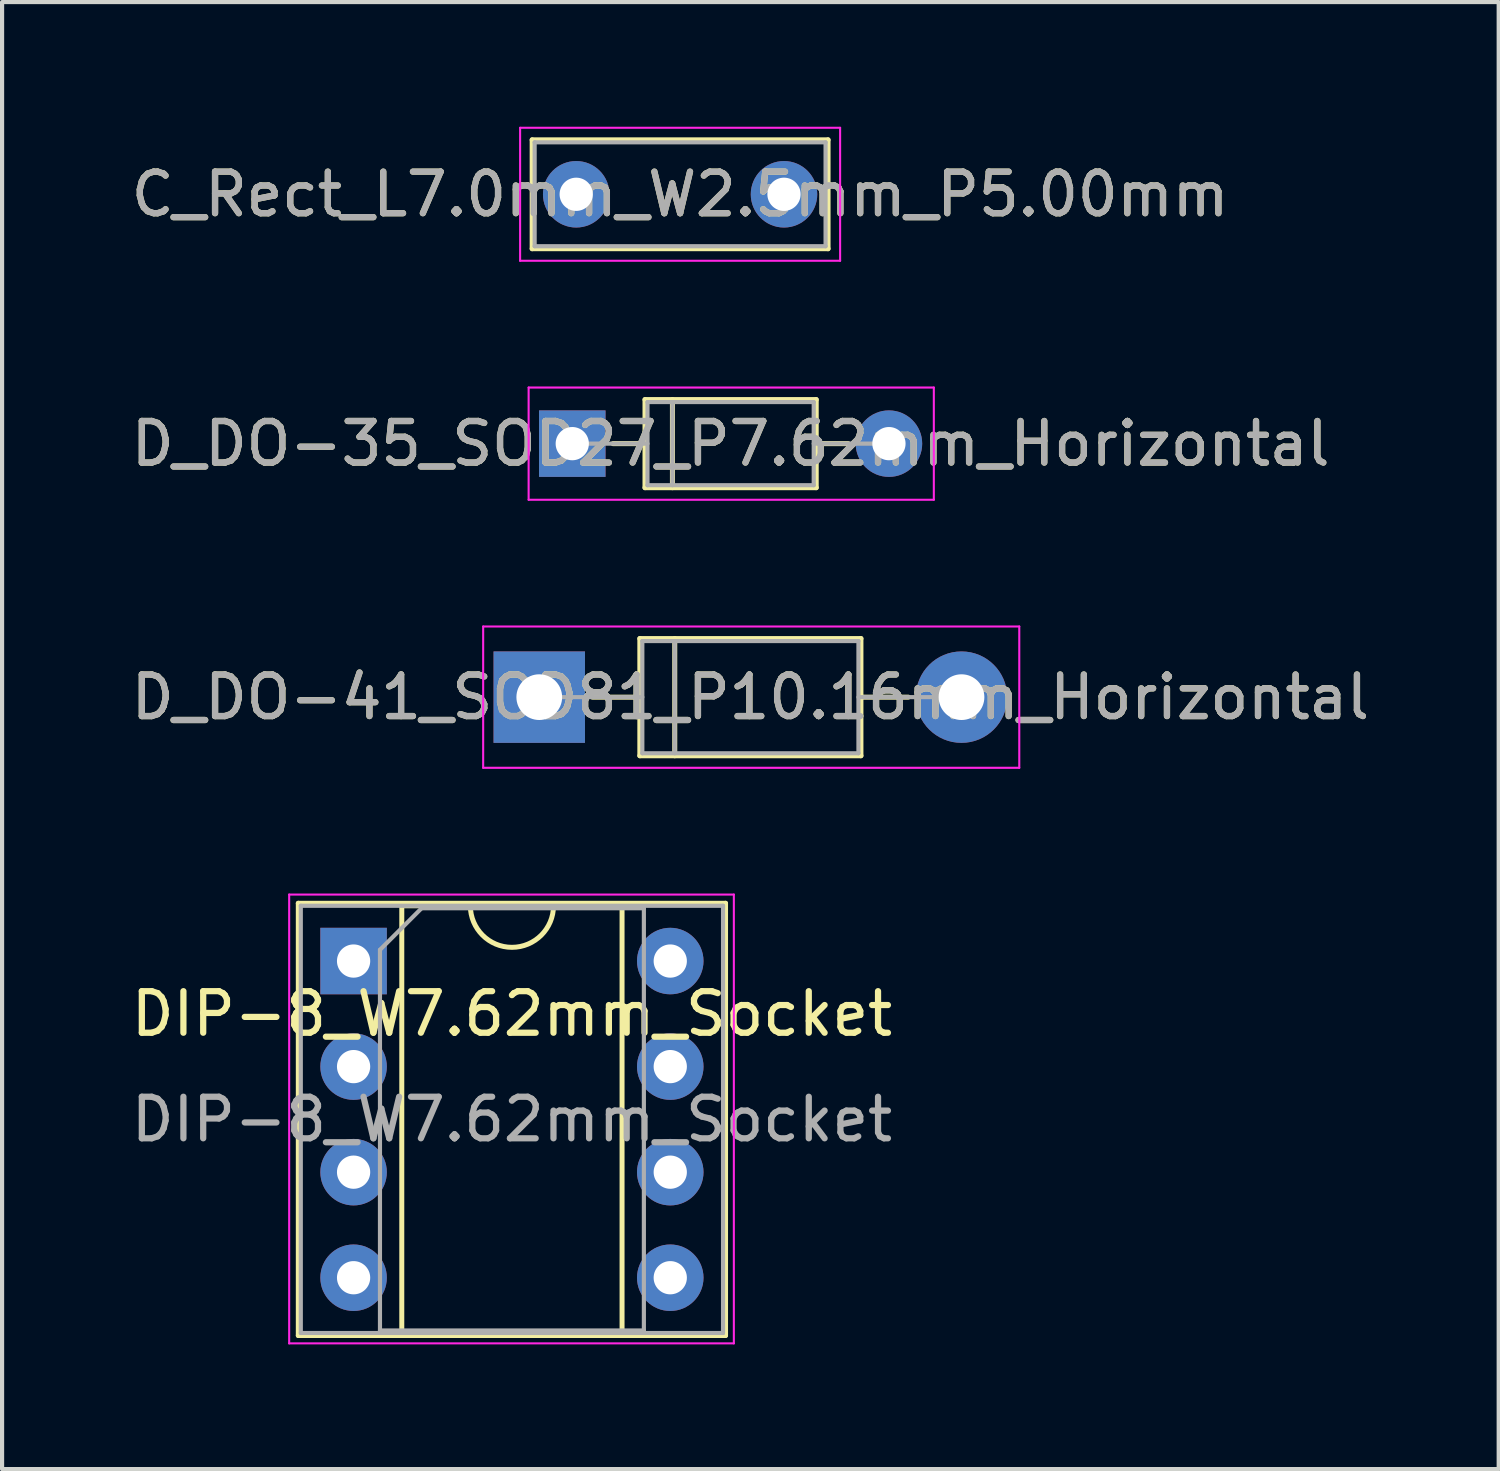
<source format=kicad_pcb>
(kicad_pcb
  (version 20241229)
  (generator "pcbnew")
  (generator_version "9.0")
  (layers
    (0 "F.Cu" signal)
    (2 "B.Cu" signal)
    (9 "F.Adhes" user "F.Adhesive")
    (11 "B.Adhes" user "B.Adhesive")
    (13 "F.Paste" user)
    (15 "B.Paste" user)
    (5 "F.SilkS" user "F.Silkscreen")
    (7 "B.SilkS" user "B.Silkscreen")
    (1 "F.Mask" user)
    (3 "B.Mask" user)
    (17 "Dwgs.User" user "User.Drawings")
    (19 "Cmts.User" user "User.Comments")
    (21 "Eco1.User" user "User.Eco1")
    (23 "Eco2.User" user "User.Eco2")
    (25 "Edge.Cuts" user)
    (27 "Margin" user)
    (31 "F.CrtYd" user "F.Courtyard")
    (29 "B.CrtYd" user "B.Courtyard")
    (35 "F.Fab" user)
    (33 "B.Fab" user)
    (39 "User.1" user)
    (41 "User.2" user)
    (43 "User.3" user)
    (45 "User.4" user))
  (footprint "DIP-8_W7.62mm_Socket"
    (layer "F.Cu")
    (at 5.458 20.075)
    (property "Reference" "DIP-8_W7.62mm_Socket" (at 3.81 1.27 0) (layer "F.SilkS") (effects (font (size 1 1) (thickness 0.15))))
    (attr through_hole)
    (fp_line (start -1.33 -1.39) (end -1.33 9.01) (stroke (width 0.12) (type solid)) (layer "F.SilkS"))
    (fp_line (start -1.33 9.01) (end 8.95 9.01) (stroke (width 0.12) (type solid)) (layer "F.SilkS"))
    (fp_line (start 1.16 -1.33) (end 1.16 8.95) (stroke (width 0.12) (type solid)) (layer "F.SilkS"))
    (fp_line (start 1.16 8.95) (end 6.46 8.95) (stroke (width 0.12) (type solid)) (layer "F.SilkS"))
    (fp_line (start 2.81 -1.33) (end 1.16 -1.33) (stroke (width 0.12) (type solid)) (layer "F.SilkS"))
    (fp_line (start 6.46 -1.33) (end 4.81 -1.33) (stroke (width 0.12) (type solid)) (layer "F.SilkS"))
    (fp_line (start 6.46 8.95) (end 6.46 -1.33) (stroke (width 0.12) (type solid)) (layer "F.SilkS"))
    (fp_line (start 8.95 -1.39) (end -1.33 -1.39) (stroke (width 0.12) (type solid)) (layer "F.SilkS"))
    (fp_line (start 8.95 9.01) (end 8.95 -1.39) (stroke (width 0.12) (type solid)) (layer "F.SilkS"))
    (fp_arc (start 4.81 -1.33) (mid 3.81 -0.33) (end 2.81 -1.33) (stroke (width 0.12) (type solid)) (layer "F.SilkS"))
    (fp_line (start -1.55 -1.6) (end -1.55 9.2) (stroke (width 0.05) (type solid)) (layer "F.CrtYd"))
    (fp_line (start -1.55 9.2) (end 9.15 9.2) (stroke (width 0.05) (type solid)) (layer "F.CrtYd"))
    (fp_line (start 9.15 -1.6) (end -1.55 -1.6) (stroke (width 0.05) (type solid)) (layer "F.CrtYd"))
    (fp_line (start 9.15 9.2) (end 9.15 -1.6) (stroke (width 0.05) (type solid)) (layer "F.CrtYd"))
    (fp_line (start -1.27 -1.33) (end -1.27 8.95) (stroke (width 0.1) (type solid)) (layer "F.Fab"))
    (fp_line (start -1.27 8.95) (end 8.89 8.95) (stroke (width 0.1) (type solid)) (layer "F.Fab"))
    (fp_line (start 0.635 -0.27) (end 1.635 -1.27) (stroke (width 0.1) (type solid)) (layer "F.Fab"))
    (fp_line (start 0.635 8.89) (end 0.635 -0.27) (stroke (width 0.1) (type solid)) (layer "F.Fab"))
    (fp_line (start 1.635 -1.27) (end 6.985 -1.27) (stroke (width 0.1) (type solid)) (layer "F.Fab"))
    (fp_line (start 6.985 -1.27) (end 6.985 8.89) (stroke (width 0.1) (type solid)) (layer "F.Fab"))
    (fp_line (start 6.985 8.89) (end 0.635 8.89) (stroke (width 0.1) (type solid)) (layer "F.Fab"))
    (fp_line (start 8.89 -1.33) (end -1.27 -1.33) (stroke (width 0.1) (type solid)) (layer "F.Fab"))
    (fp_line (start 8.89 8.95) (end 8.89 -1.33) (stroke (width 0.1) (type solid)) (layer "F.Fab"))
    (fp_text user "${REFERENCE}" (at 3.81 3.81 0) (layer "F.Fab") (effects (font (size 1 1) (thickness 0.15))))
    (pad "1" thru_hole rect (at 0 0) (size 1.6 1.6) (drill 0.8) (layers "*.Cu" "*.Mask"))
    (pad "2" thru_hole oval (at 0 2.54) (size 1.6 1.6) (drill 0.8) (layers "*.Cu" "*.Mask"))
    (pad "3" thru_hole oval (at 0 5.08) (size 1.6 1.6) (drill 0.8) (layers "*.Cu" "*.Mask"))
    (pad "4" thru_hole oval (at 0 7.62) (size 1.6 1.6) (drill 0.8) (layers "*.Cu" "*.Mask"))
    (pad "5" thru_hole oval (at 7.62 7.62) (size 1.6 1.6) (drill 0.8) (layers "*.Cu" "*.Mask"))
    (pad "6" thru_hole oval (at 7.62 5.08) (size 1.6 1.6) (drill 0.8) (layers "*.Cu" "*.Mask"))
    (pad "7" thru_hole oval (at 7.62 2.54) (size 1.6 1.6) (drill 0.8) (layers "*.Cu" "*.Mask"))
    (pad "8" thru_hole oval (at 7.62 0) (size 1.6 1.6) (drill 0.8) (layers "*.Cu" "*.Mask")))
  (footprint "D_DO-41_SOD81_P10.16mm_Horizontal"
    (layer "F.Cu")
    (at 9.926 13.725)
    (property "Reference" "D_DO-41_SOD81_P10.16mm_Horizontal" (at 5.08 0 0) (layer "F.SilkS") (effects (font (size 1 1) (thickness 0.15))))
    (attr through_hole)
    (fp_line (start 1.28 0) (end 2.42 0) (stroke (width 0.12) (type solid)) (layer "F.SilkS"))
    (fp_line (start 2.42 -1.41) (end 2.42 1.41) (stroke (width 0.12) (type solid)) (layer "F.SilkS"))
    (fp_line (start 2.42 1.41) (end 7.74 1.41) (stroke (width 0.12) (type solid)) (layer "F.SilkS"))
    (fp_line (start 3.26 -1.41) (end 3.26 1.41) (stroke (width 0.12) (type solid)) (layer "F.SilkS"))
    (fp_line (start 7.74 -1.41) (end 2.42 -1.41) (stroke (width 0.12) (type solid)) (layer "F.SilkS"))
    (fp_line (start 7.74 1.41) (end 7.74 -1.41) (stroke (width 0.12) (type solid)) (layer "F.SilkS"))
    (fp_line (start 8.88 0) (end 7.74 0) (stroke (width 0.12) (type solid)) (layer "F.SilkS"))
    (fp_line (start -1.35 -1.7) (end -1.35 1.7) (stroke (width 0.05) (type solid)) (layer "F.CrtYd"))
    (fp_line (start -1.35 1.7) (end 11.55 1.7) (stroke (width 0.05) (type solid)) (layer "F.CrtYd"))
    (fp_line (start 11.55 -1.7) (end -1.35 -1.7) (stroke (width 0.05) (type solid)) (layer "F.CrtYd"))
    (fp_line (start 11.55 1.7) (end 11.55 -1.7) (stroke (width 0.05) (type solid)) (layer "F.CrtYd"))
    (fp_line (start 0 0) (end 2.48 0) (stroke (width 0.1) (type solid)) (layer "F.Fab"))
    (fp_line (start 2.48 -1.35) (end 2.48 1.35) (stroke (width 0.1) (type solid)) (layer "F.Fab"))
    (fp_line (start 2.48 1.35) (end 7.68 1.35) (stroke (width 0.1) (type solid)) (layer "F.Fab"))
    (fp_line (start 3.26 -1.35) (end 3.26 1.35) (stroke (width 0.1) (type solid)) (layer "F.Fab"))
    (fp_line (start 7.68 -1.35) (end 2.48 -1.35) (stroke (width 0.1) (type solid)) (layer "F.Fab"))
    (fp_line (start 7.68 1.35) (end 7.68 -1.35) (stroke (width 0.1) (type solid)) (layer "F.Fab"))
    (fp_line (start 10.16 0) (end 7.68 0) (stroke (width 0.1) (type solid)) (layer "F.Fab"))
    (fp_text user "${REFERENCE}" (at 5.08 0 0) (layer "F.Fab") (effects (font (size 1 1) (thickness 0.15))))
    (pad "1" thru_hole rect (at 0 0) (size 2.2 2.2) (drill 1.1) (layers "*.Cu" "*.Mask"))
    (pad "2" thru_hole oval (at 10.16 0) (size 2.2 2.2) (drill 1.1) (layers "*.Cu" "*.Mask")))
  (footprint "C_Rect_L7.0mm_W2.5mm_P5.00mm"
    (layer "F.Cu")
    (at 10.815 1.625)
    (property "Reference" "C_Rect_L7.0mm_W2.5mm_P5.00mm" (at 2.5 0 0) (layer "F.SilkS") (effects (font (size 1 1) (thickness 0.15))))
    (attr through_hole)
    (fp_line (start -1.06 -1.31) (end -1.06 1.31) (stroke (width 0.12) (type solid)) (layer "F.SilkS"))
    (fp_line (start -1.06 -1.31) (end 6.06 -1.31) (stroke (width 0.12) (type solid)) (layer "F.SilkS"))
    (fp_line (start -1.06 1.31) (end 6.06 1.31) (stroke (width 0.12) (type solid)) (layer "F.SilkS"))
    (fp_line (start 6.06 -1.31) (end 6.06 1.31) (stroke (width 0.12) (type solid)) (layer "F.SilkS"))
    (fp_line (start -1.35 -1.6) (end -1.35 1.6) (stroke (width 0.05) (type solid)) (layer "F.CrtYd"))
    (fp_line (start -1.35 1.6) (end 6.35 1.6) (stroke (width 0.05) (type solid)) (layer "F.CrtYd"))
    (fp_line (start 6.35 -1.6) (end -1.35 -1.6) (stroke (width 0.05) (type solid)) (layer "F.CrtYd"))
    (fp_line (start 6.35 1.6) (end 6.35 -1.6) (stroke (width 0.05) (type solid)) (layer "F.CrtYd"))
    (fp_line (start -1 -1.25) (end -1 1.25) (stroke (width 0.1) (type solid)) (layer "F.Fab"))
    (fp_line (start -1 1.25) (end 6 1.25) (stroke (width 0.1) (type solid)) (layer "F.Fab"))
    (fp_line (start 6 -1.25) (end -1 -1.25) (stroke (width 0.1) (type solid)) (layer "F.Fab"))
    (fp_line (start 6 1.25) (end 6 -1.25) (stroke (width 0.1) (type solid)) (layer "F.Fab"))
    (fp_text user "${REFERENCE}" (at 2.5 0 0) (layer "F.Fab") (effects (font (size 1 1) (thickness 0.15))))
    (pad "1" thru_hole circle (at 0 0) (size 1.6 1.6) (drill 0.8) (layers "*.Cu" "*.Mask"))
    (pad "2" thru_hole circle (at 5 0) (size 1.6 1.6) (drill 0.8) (layers "*.Cu" "*.Mask")))
  (footprint "D_DO-35_SOD27_P7.62mm_Horizontal"
    (layer "F.Cu")
    (at 10.72 7.625)
    (property "Reference" "D_DO-35_SOD27_P7.62mm_Horizontal" (at 3.81 0 0) (layer "F.SilkS") (effects (font (size 1 1) (thickness 0.15))))
    (attr through_hole)
    (fp_line (start 0.98 0) (end 1.75 0) (stroke (width 0.12) (type solid)) (layer "F.SilkS"))
    (fp_line (start 1.75 -1.06) (end 1.75 1.06) (stroke (width 0.12) (type solid)) (layer "F.SilkS"))
    (fp_line (start 1.75 1.06) (end 5.87 1.06) (stroke (width 0.12) (type solid)) (layer "F.SilkS"))
    (fp_line (start 2.41 -1.06) (end 2.41 1.06) (stroke (width 0.12) (type solid)) (layer "F.SilkS"))
    (fp_line (start 5.87 -1.06) (end 1.75 -1.06) (stroke (width 0.12) (type solid)) (layer "F.SilkS"))
    (fp_line (start 5.87 1.06) (end 5.87 -1.06) (stroke (width 0.12) (type solid)) (layer "F.SilkS"))
    (fp_line (start 6.64 0) (end 5.87 0) (stroke (width 0.12) (type solid)) (layer "F.SilkS"))
    (fp_line (start -1.05 -1.35) (end -1.05 1.35) (stroke (width 0.05) (type solid)) (layer "F.CrtYd"))
    (fp_line (start -1.05 1.35) (end 8.7 1.35) (stroke (width 0.05) (type solid)) (layer "F.CrtYd"))
    (fp_line (start 8.7 -1.35) (end -1.05 -1.35) (stroke (width 0.05) (type solid)) (layer "F.CrtYd"))
    (fp_line (start 8.7 1.35) (end 8.7 -1.35) (stroke (width 0.05) (type solid)) (layer "F.CrtYd"))
    (fp_line (start 0 0) (end 1.81 0) (stroke (width 0.1) (type solid)) (layer "F.Fab"))
    (fp_line (start 1.81 -1) (end 1.81 1) (stroke (width 0.1) (type solid)) (layer "F.Fab"))
    (fp_line (start 1.81 1) (end 5.81 1) (stroke (width 0.1) (type solid)) (layer "F.Fab"))
    (fp_line (start 2.41 -1) (end 2.41 1) (stroke (width 0.1) (type solid)) (layer "F.Fab"))
    (fp_line (start 5.81 -1) (end 1.81 -1) (stroke (width 0.1) (type solid)) (layer "F.Fab"))
    (fp_line (start 5.81 1) (end 5.81 -1) (stroke (width 0.1) (type solid)) (layer "F.Fab"))
    (fp_line (start 7.62 0) (end 5.81 0) (stroke (width 0.1) (type solid)) (layer "F.Fab"))
    (fp_text user "${REFERENCE}" (at 3.81 0 0) (layer "F.Fab") (effects (font (size 1 1) (thickness 0.15))))
    (pad "1" thru_hole rect (at 0 0) (size 1.6 1.6) (drill 0.8) (layers "*.Cu" "*.Mask"))
    (pad "2" thru_hole oval (at 7.62 0) (size 1.6 1.6) (drill 0.8) (layers "*.Cu" "*.Mask")))
  (gr_rect
    (start -3 -3)
    (end 33.012 32.3)
    (stroke (width 0.1) (type default))
    (fill no)
    (layer "Edge.Cuts")))
</source>
